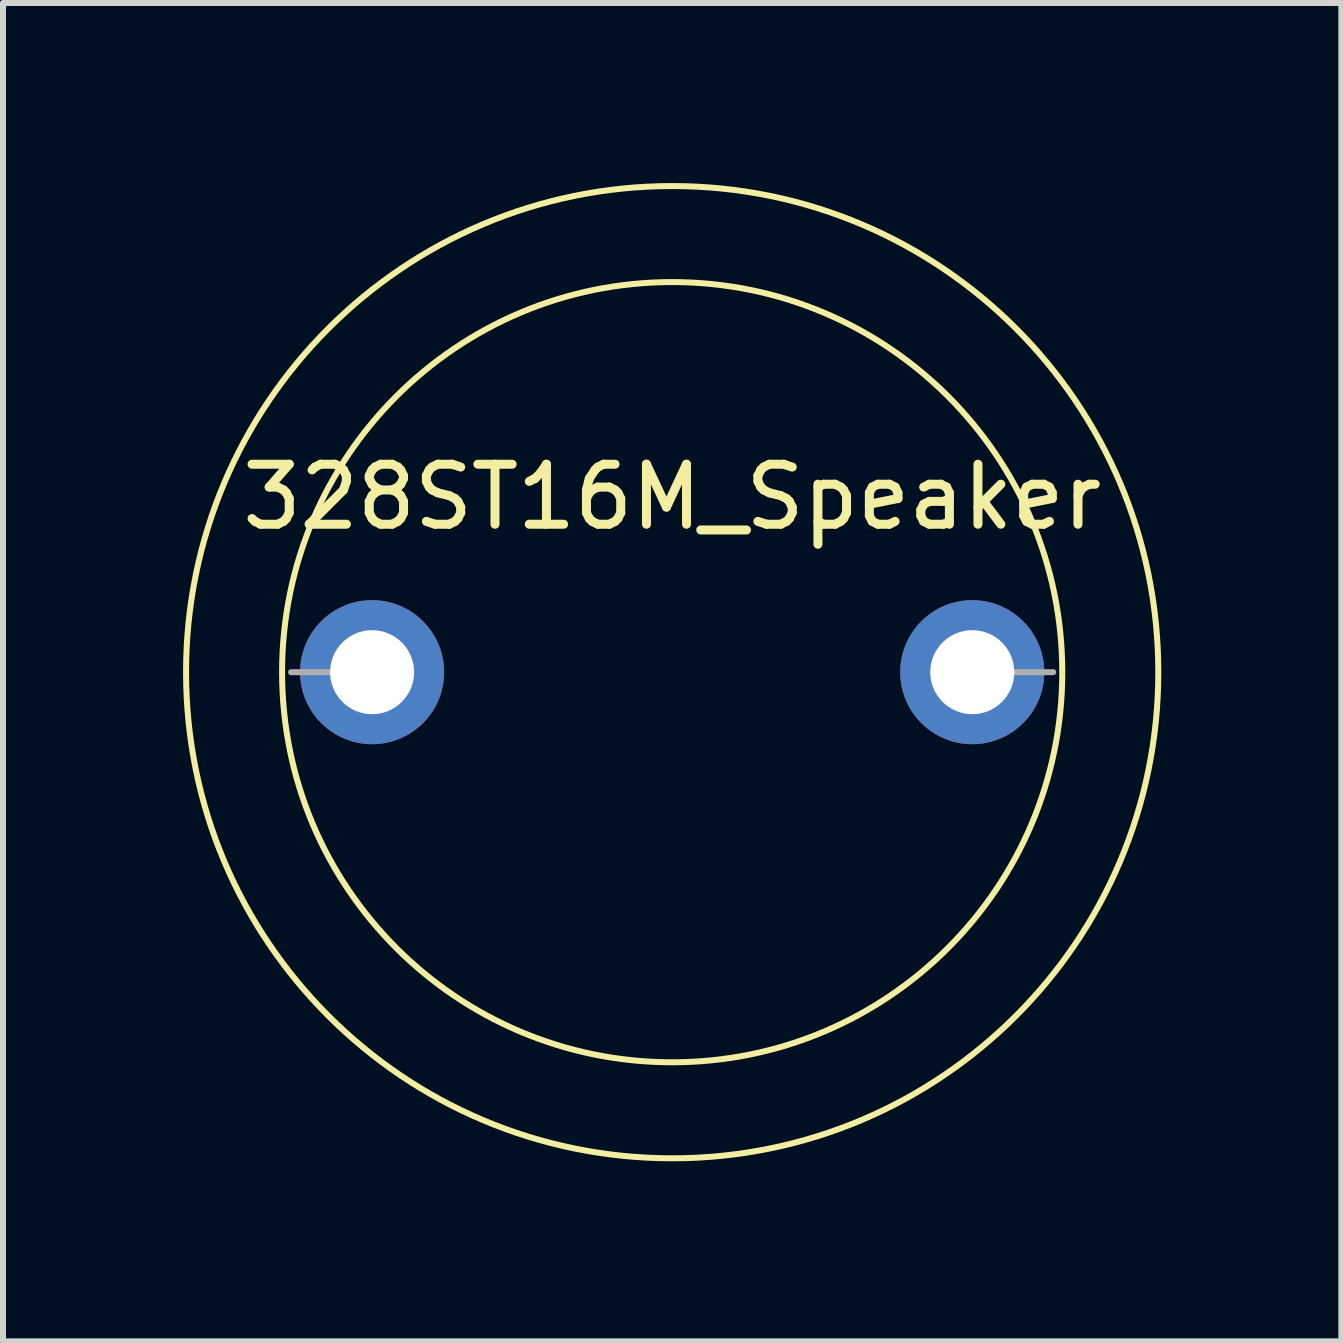
<source format=kicad_pcb>
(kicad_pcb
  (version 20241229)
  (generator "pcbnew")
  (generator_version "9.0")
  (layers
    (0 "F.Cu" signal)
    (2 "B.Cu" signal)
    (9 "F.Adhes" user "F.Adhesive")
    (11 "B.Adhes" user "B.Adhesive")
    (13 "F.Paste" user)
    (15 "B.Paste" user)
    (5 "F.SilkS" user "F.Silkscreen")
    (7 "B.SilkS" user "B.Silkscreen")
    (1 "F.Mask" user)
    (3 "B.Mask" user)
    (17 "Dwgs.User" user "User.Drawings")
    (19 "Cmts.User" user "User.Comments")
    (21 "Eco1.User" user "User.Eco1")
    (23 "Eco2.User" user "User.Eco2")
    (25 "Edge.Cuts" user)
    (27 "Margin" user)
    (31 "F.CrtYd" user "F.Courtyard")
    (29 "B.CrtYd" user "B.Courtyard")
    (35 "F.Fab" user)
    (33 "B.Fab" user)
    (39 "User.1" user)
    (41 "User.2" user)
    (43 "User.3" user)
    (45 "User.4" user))
  (footprint "328ST16M_Speaker"
    (layer "F.Cu")
    (at 8.15 8.15)
    (property "Reference" "328ST16M_Speaker" (at 0 -2.92 0) (layer "F.SilkS") (effects (font (size 1 1) (thickness 0.15))))
    (attr through_hole)
    (fp_circle (center 0 0) (end 6.5 0) (stroke (width 0.1) (type default)) (fill no) (layer "F.SilkS"))
    (fp_circle (center 0 0) (end 8.1 0) (stroke (width 0.1) (type default)) (fill no) (layer "F.SilkS"))
    (fp_line (start -6.35 0) (end -4.95 0) (stroke (width 0.1) (type solid)) (layer "F.Fab"))
    (fp_line (start 6.35 0) (end 4.95 0) (stroke (width 0.1) (type solid)) (layer "F.Fab"))
    (pad "1" thru_hole circle (at -5 0) (size 2.4 2.4) (drill 1.4) (layers "*.Cu" "*.Mask"))
    (pad "2" thru_hole circle (at 5 0) (size 2.4 2.4) (drill 1.4) (layers "*.Cu" "*.Mask")))
  (gr_rect
    (start -3 -3)
    (end 19.3 19.3)
    (stroke (width 0.1) (type default))
    (fill no)
    (layer "Edge.Cuts")))
</source>
